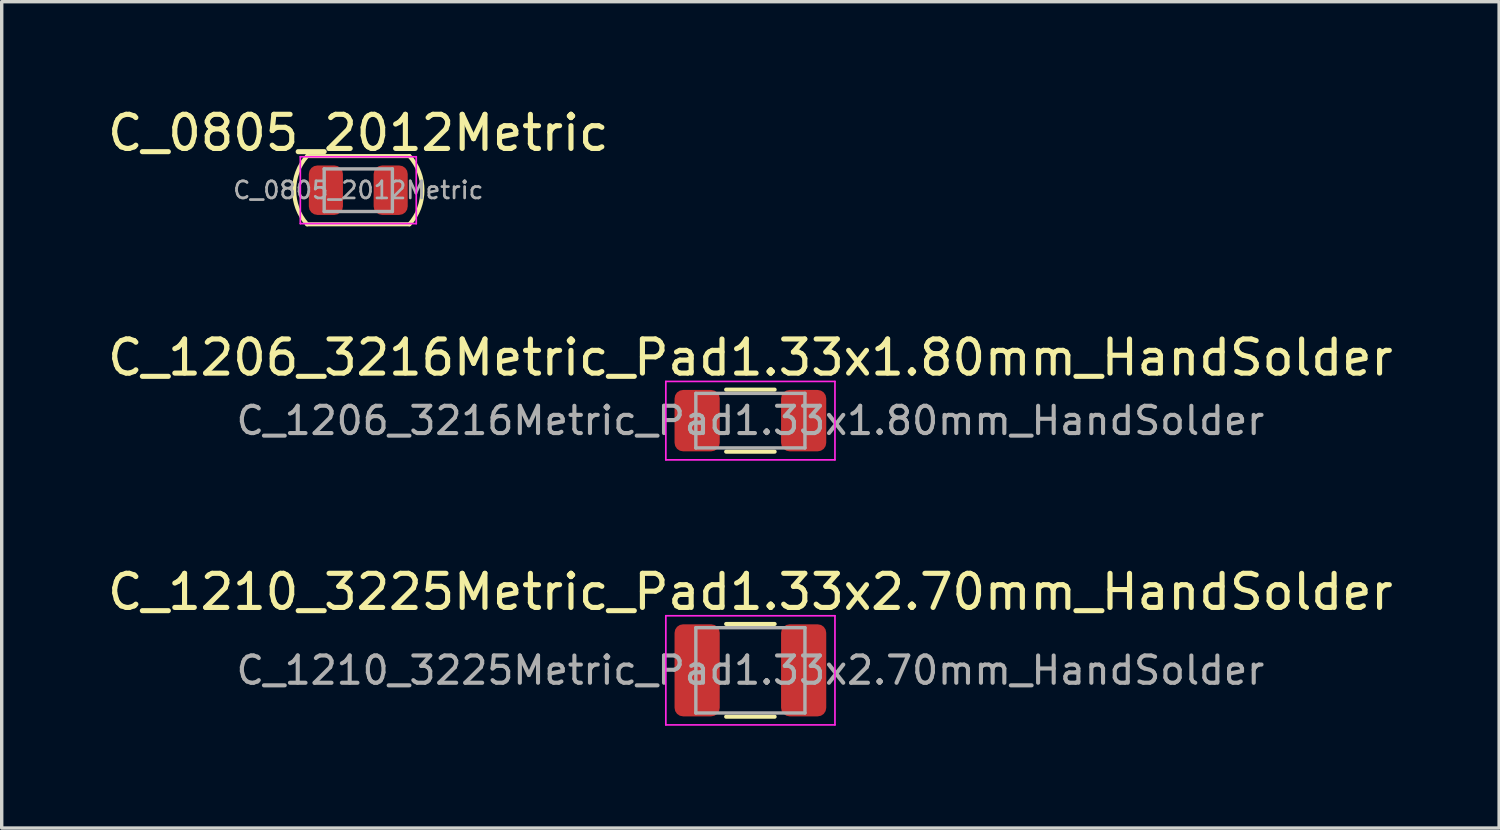
<source format=kicad_pcb>
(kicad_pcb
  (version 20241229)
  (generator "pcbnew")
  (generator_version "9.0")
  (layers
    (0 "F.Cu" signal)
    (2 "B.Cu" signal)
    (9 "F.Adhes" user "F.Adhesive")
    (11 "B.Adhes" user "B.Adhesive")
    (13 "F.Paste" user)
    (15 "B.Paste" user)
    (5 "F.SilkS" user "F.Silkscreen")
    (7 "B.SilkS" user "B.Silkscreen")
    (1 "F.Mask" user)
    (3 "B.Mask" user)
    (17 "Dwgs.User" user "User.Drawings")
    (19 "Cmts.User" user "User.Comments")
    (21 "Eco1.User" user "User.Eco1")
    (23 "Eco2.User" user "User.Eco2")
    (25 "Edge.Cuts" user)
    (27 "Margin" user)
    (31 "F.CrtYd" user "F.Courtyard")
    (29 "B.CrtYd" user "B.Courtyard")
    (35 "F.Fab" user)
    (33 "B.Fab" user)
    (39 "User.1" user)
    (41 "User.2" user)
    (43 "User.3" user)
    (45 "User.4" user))
  (footprint "C_1210_3225Metric_Pad1.33x2.70mm_HandSolder"
    (layer "F.Cu")
    (at 18.958 16.61)
    (property "Reference" "C_1210_3225Metric_Pad1.33x2.70mm_HandSolder" (at 0 -2.3 180) (layer "F.SilkS") (effects (font (size 1 1) (thickness 0.15))))
    (attr smd)
    (fp_line (start -0.711 -1.36) (end 0.711 -1.36) (stroke (width 0.12) (type solid)) (layer "F.SilkS"))
    (fp_line (start -0.711 1.36) (end 0.711 1.36) (stroke (width 0.12) (type solid)) (layer "F.SilkS"))
    (fp_line (start -2.48 -1.6) (end 2.48 -1.6) (stroke (width 0.05) (type solid)) (layer "F.CrtYd"))
    (fp_line (start -2.48 1.6) (end -2.48 -1.6) (stroke (width 0.05) (type solid)) (layer "F.CrtYd"))
    (fp_line (start 2.48 -1.6) (end 2.48 1.6) (stroke (width 0.05) (type solid)) (layer "F.CrtYd"))
    (fp_line (start 2.48 1.6) (end -2.48 1.6) (stroke (width 0.05) (type solid)) (layer "F.CrtYd"))
    (fp_line (start -1.6 -1.25) (end 1.6 -1.25) (stroke (width 0.1) (type solid)) (layer "F.Fab"))
    (fp_line (start -1.6 1.25) (end -1.6 -1.25) (stroke (width 0.1) (type solid)) (layer "F.Fab"))
    (fp_line (start 1.6 -1.25) (end 1.6 1.25) (stroke (width 0.1) (type solid)) (layer "F.Fab"))
    (fp_line (start 1.6 1.25) (end -1.6 1.25) (stroke (width 0.1) (type solid)) (layer "F.Fab"))
    (fp_text user "${REFERENCE}" (at 0 0 180) (layer "F.Fab") (effects (font (size 0.8 0.8) (thickness 0.12))))
    (pad "1" smd roundrect (at -1.562 0) (size 1.325 2.7) (layers "F.Cu" "F.Mask" "F.Paste") (roundrect_rratio 0.189))
    (pad "2" smd roundrect (at 1.562 0) (size 1.325 2.7) (layers "F.Cu" "F.Mask" "F.Paste") (roundrect_rratio 0.189)))
  (footprint "C_0805_2012Metric"
    (layer "F.Cu")
    (at 7.458 2.528)
    (property "Reference" "C_0805_2012Metric" (at 0 -1.68 0) (layer "F.SilkS") (effects (font (size 1 1) (thickness 0.15))))
    (attr smd)
    (fp_line (start -1.5 1) (end 1.5 1) (stroke (width 0.12) (type solid)) (layer "F.SilkS"))
    (fp_line (start 1.5 -1) (end -1.5 -1) (stroke (width 0.12) (type solid)) (layer "F.SilkS"))
    (fp_arc (start -1.5 1) (mid -1.880894 0) (end -1.5 -1) (stroke (width 0.12) (type solid)) (layer "F.SilkS"))
    (fp_arc (start 1.5 -1) (mid 1.880894 0) (end 1.5 1) (stroke (width 0.12) (type solid)) (layer "F.SilkS"))
    (fp_line (start -1.7 -0.98) (end 1.7 -0.98) (stroke (width 0.05) (type solid)) (layer "F.CrtYd"))
    (fp_line (start -1.7 0.98) (end -1.7 -0.98) (stroke (width 0.05) (type solid)) (layer "F.CrtYd"))
    (fp_line (start 1.7 -0.98) (end 1.7 0.98) (stroke (width 0.05) (type solid)) (layer "F.CrtYd"))
    (fp_line (start 1.7 0.98) (end -1.7 0.98) (stroke (width 0.05) (type solid)) (layer "F.CrtYd"))
    (fp_line (start -1 -0.625) (end 1 -0.625) (stroke (width 0.1) (type solid)) (layer "F.Fab"))
    (fp_line (start -1 0.625) (end -1 -0.625) (stroke (width 0.1) (type solid)) (layer "F.Fab"))
    (fp_line (start 1 -0.625) (end 1 0.625) (stroke (width 0.1) (type solid)) (layer "F.Fab"))
    (fp_line (start 1 0.625) (end -1 0.625) (stroke (width 0.1) (type solid)) (layer "F.Fab"))
    (fp_text user "${REFERENCE}" (at 0 0 0) (layer "F.Fab") (effects (font (size 0.5 0.5) (thickness 0.08))))
    (pad "1" smd roundrect (at -0.95 0 180) (size 1 1.45) (layers "F.Cu" "F.Mask" "F.Paste") (roundrect_rratio 0.25))
    (pad "2" smd roundrect (at 0.95 0 180) (size 1 1.45) (layers "F.Cu" "F.Mask" "F.Paste") (roundrect_rratio 0.25)))
  (footprint "C_1206_3216Metric_Pad1.33x1.80mm_HandSolder"
    (layer "F.Cu")
    (at 18.958 9.287)
    (property "Reference" "C_1206_3216Metric_Pad1.33x1.80mm_HandSolder" (at 0 -1.85 180) (layer "F.SilkS") (effects (font (size 1 1) (thickness 0.15))))
    (attr smd)
    (fp_line (start -0.711 -0.91) (end 0.711 -0.91) (stroke (width 0.12) (type solid)) (layer "F.SilkS"))
    (fp_line (start -0.711 0.91) (end 0.711 0.91) (stroke (width 0.12) (type solid)) (layer "F.SilkS"))
    (fp_line (start -2.48 -1.15) (end 2.48 -1.15) (stroke (width 0.05) (type solid)) (layer "F.CrtYd"))
    (fp_line (start -2.48 1.15) (end -2.48 -1.15) (stroke (width 0.05) (type solid)) (layer "F.CrtYd"))
    (fp_line (start 2.48 -1.15) (end 2.48 1.15) (stroke (width 0.05) (type solid)) (layer "F.CrtYd"))
    (fp_line (start 2.48 1.15) (end -2.48 1.15) (stroke (width 0.05) (type solid)) (layer "F.CrtYd"))
    (fp_line (start -1.6 -0.8) (end 1.6 -0.8) (stroke (width 0.1) (type solid)) (layer "F.Fab"))
    (fp_line (start -1.6 0.8) (end -1.6 -0.8) (stroke (width 0.1) (type solid)) (layer "F.Fab"))
    (fp_line (start 1.6 -0.8) (end 1.6 0.8) (stroke (width 0.1) (type solid)) (layer "F.Fab"))
    (fp_line (start 1.6 0.8) (end -1.6 0.8) (stroke (width 0.1) (type solid)) (layer "F.Fab"))
    (fp_text user "${REFERENCE}" (at 0 0 180) (layer "F.Fab") (effects (font (size 0.8 0.8) (thickness 0.12))))
    (pad "1" smd roundrect (at -1.562 0) (size 1.325 1.8) (layers "F.Cu" "F.Mask" "F.Paste") (roundrect_rratio 0.189))
    (pad "2" smd roundrect (at 1.562 0) (size 1.325 1.8) (layers "F.Cu" "F.Mask" "F.Paste") (roundrect_rratio 0.189)))
  (gr_rect
    (start -3 -3)
    (end 40.917 21.235)
    (stroke (width 0.1) (type default))
    (fill no)
    (layer "Edge.Cuts")))
</source>
